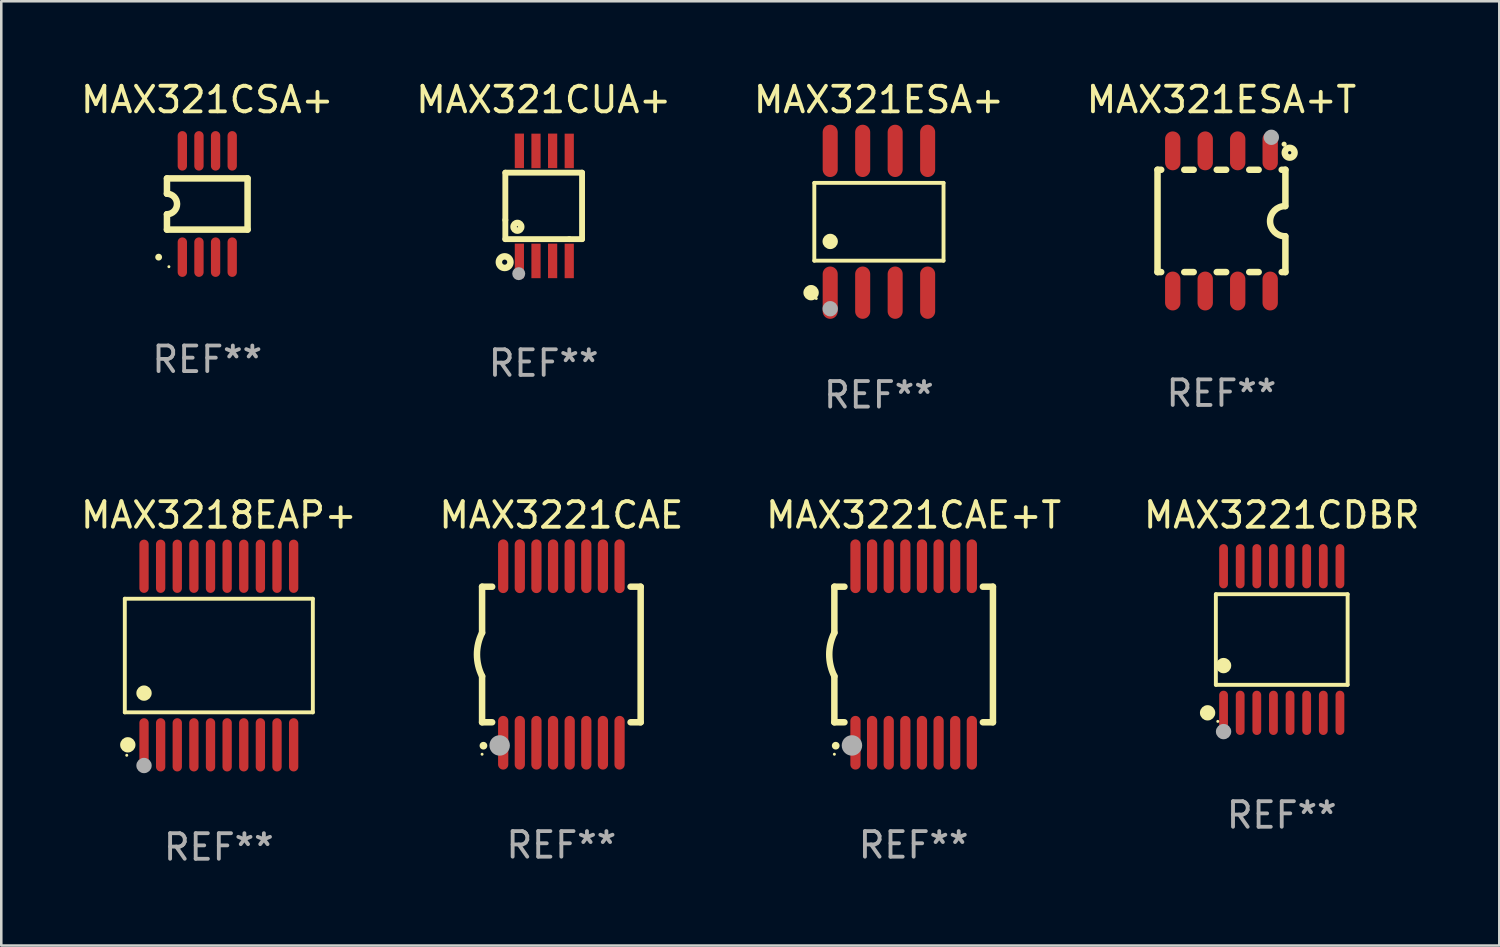
<source format=kicad_pcb>
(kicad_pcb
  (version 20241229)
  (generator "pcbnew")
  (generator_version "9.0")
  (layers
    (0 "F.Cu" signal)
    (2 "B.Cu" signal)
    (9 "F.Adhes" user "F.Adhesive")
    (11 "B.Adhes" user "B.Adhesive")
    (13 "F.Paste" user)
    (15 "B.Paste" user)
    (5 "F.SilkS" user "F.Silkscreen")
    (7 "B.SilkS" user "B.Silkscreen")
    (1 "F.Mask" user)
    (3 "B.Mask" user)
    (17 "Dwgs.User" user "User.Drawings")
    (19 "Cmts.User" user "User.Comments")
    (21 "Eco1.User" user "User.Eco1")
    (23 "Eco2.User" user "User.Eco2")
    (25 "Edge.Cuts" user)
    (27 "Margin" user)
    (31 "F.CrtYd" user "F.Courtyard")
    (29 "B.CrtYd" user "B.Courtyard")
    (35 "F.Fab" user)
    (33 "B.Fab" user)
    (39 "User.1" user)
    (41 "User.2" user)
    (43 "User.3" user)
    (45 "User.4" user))
  (footprint "MAX321ESA+T"
    (layer "F.Cu")
    (at 44.708 5.588)
    (property "Reference" "MAX321ESA+T" (at 0 -4.74 0) (layer "F.SilkS") (effects (font (size 1 1) (thickness 0.15))))
    (attr through_hole)
    (fp_line (start -2.5 2) (end -2.5 -2) (stroke (width 0.254) (type solid)) (layer "F.SilkS"))
    (fp_line (start -2.356 -2) (end -2.5 -2) (stroke (width 0.254) (type solid)) (layer "F.SilkS"))
    (fp_line (start -2.356 2) (end -2.5 2) (stroke (width 0.254) (type solid)) (layer "F.SilkS"))
    (fp_line (start -1.086 -2) (end -1.454 -2) (stroke (width 0.254) (type solid)) (layer "F.SilkS"))
    (fp_line (start -1.086 2) (end -1.454 2) (stroke (width 0.254) (type solid)) (layer "F.SilkS"))
    (fp_line (start 0.184 -2) (end -0.184 -2) (stroke (width 0.254) (type solid)) (layer "F.SilkS"))
    (fp_line (start 0.184 2) (end -0.184 2) (stroke (width 0.254) (type solid)) (layer "F.SilkS"))
    (fp_line (start 1.454 -2) (end 1.086 -2) (stroke (width 0.254) (type solid)) (layer "F.SilkS"))
    (fp_line (start 1.454 2) (end 1.086 2) (stroke (width 0.254) (type solid)) (layer "F.SilkS"))
    (fp_line (start 2.5 -2) (end 2.356 -2) (stroke (width 0.254) (type solid)) (layer "F.SilkS"))
    (fp_line (start 2.5 -0.58) (end 2.5 -2) (stroke (width 0.254) (type solid)) (layer "F.SilkS"))
    (fp_line (start 2.5 2) (end 2.356 2) (stroke (width 0.254) (type solid)) (layer "F.SilkS"))
    (fp_line (start 2.5 2) (end 2.5 0.6) (stroke (width 0.254) (type solid)) (layer "F.SilkS"))
    (fp_arc (start 2.489992 0.600051) (mid 1.901674 0.010046) (end 2.489992 -0.579959) (stroke (width 0.254001) (type solid)) (layer "F.SilkS"))
    (fp_circle (center 2.45 -3) (end 2.5 -3) (stroke (width 0.1) (type solid)) (fill no) (layer "F.SilkS"))
    (fp_circle (center 2.667 -2.667) (end 2.858 -2.667) (stroke (width 0.254) (type solid)) (fill no) (layer "F.SilkS"))
    (fp_circle (center 1.95 -3.27) (end 2.1 -3.27) (stroke (width 0.3) (type solid)) (fill no) (layer "F.Fab"))
    (fp_text user "REF**" (at 0 6.74 0) (layer "F.Fab") (effects (font (size 1 1) (thickness 0.15))))
    (pad "1" smd oval (at 1.905 -2.74) (size 0.6 1.52) (layers "F.Cu" "F.Mask" "F.Paste"))
    (pad "2" smd oval (at 0.635 -2.74) (size 0.6 1.52) (layers "F.Cu" "F.Mask" "F.Paste"))
    (pad "3" smd oval (at -0.635 -2.74) (size 0.6 1.52) (layers "F.Cu" "F.Mask" "F.Paste"))
    (pad "4" smd oval (at -1.905 -2.74) (size 0.6 1.52) (layers "F.Cu" "F.Mask" "F.Paste"))
    (pad "5" smd oval (at -1.905 2.74) (size 0.6 1.52) (layers "F.Cu" "F.Mask" "F.Paste"))
    (pad "6" smd oval (at -0.635 2.74) (size 0.6 1.52) (layers "F.Cu" "F.Mask" "F.Paste"))
    (pad "7" smd oval (at 0.635 2.74) (size 0.6 1.52) (layers "F.Cu" "F.Mask" "F.Paste"))
    (pad "8" smd oval (at 1.905 2.74) (size 0.6 1.52) (layers "F.Cu" "F.Mask" "F.Paste")))
  (footprint "MAX3218EAP+"
    (layer "F.Cu")
    (at 5.506 22.581)
    (property "Reference" "MAX3218EAP+" (at 0 -5.491 0) (layer "F.SilkS") (effects (font (size 1 1) (thickness 0.15))))
    (attr through_hole)
    (fp_line (start -3.676 -2.221) (end 3.676 -2.221) (stroke (width 0.152) (type solid)) (layer "F.SilkS"))
    (fp_line (start -3.676 2.221) (end -3.676 -2.221) (stroke (width 0.152) (type solid)) (layer "F.SilkS"))
    (fp_line (start 3.676 -2.221) (end 3.676 2.221) (stroke (width 0.152) (type solid)) (layer "F.SilkS"))
    (fp_line (start 3.676 2.221) (end -3.676 2.221) (stroke (width 0.152) (type solid)) (layer "F.SilkS"))
    (fp_circle (center -3.6 3.9) (end -3.57 3.9) (stroke (width 0.06) (type solid)) (fill no) (layer "F.SilkS"))
    (fp_circle (center -3.559 3.491) (end -3.409 3.491) (stroke (width 0.3) (type solid)) (fill no) (layer "F.SilkS"))
    (fp_circle (center -2.925 1.469) (end -2.775 1.469) (stroke (width 0.3) (type solid)) (fill no) (layer "F.SilkS"))
    (fp_circle (center -2.925 4.3) (end -2.775 4.3) (stroke (width 0.3) (type solid)) (fill no) (layer "F.Fab"))
    (fp_text user "REF**" (at 0 7.491 0) (layer "F.Fab") (effects (font (size 1 1) (thickness 0.15))))
    (pad "1" smd oval (at -2.925 3.491) (size 0.364 2.082) (layers "F.Cu" "F.Mask" "F.Paste"))
    (pad "2" smd oval (at -2.275 3.491) (size 0.364 2.082) (layers "F.Cu" "F.Mask" "F.Paste"))
    (pad "3" smd oval (at -1.625 3.491) (size 0.364 2.082) (layers "F.Cu" "F.Mask" "F.Paste"))
    (pad "4" smd oval (at -0.975 3.491) (size 0.364 2.082) (layers "F.Cu" "F.Mask" "F.Paste"))
    (pad "5" smd oval (at -0.325 3.491) (size 0.364 2.082) (layers "F.Cu" "F.Mask" "F.Paste"))
    (pad "6" smd oval (at 0.325 3.491) (size 0.364 2.082) (layers "F.Cu" "F.Mask" "F.Paste"))
    (pad "7" smd oval (at 0.975 3.491) (size 0.364 2.082) (layers "F.Cu" "F.Mask" "F.Paste"))
    (pad "8" smd oval (at 1.625 3.491) (size 0.364 2.082) (layers "F.Cu" "F.Mask" "F.Paste"))
    (pad "9" smd oval (at 2.275 3.491) (size 0.364 2.082) (layers "F.Cu" "F.Mask" "F.Paste"))
    (pad "10" smd oval (at 2.925 3.491) (size 0.364 2.082) (layers "F.Cu" "F.Mask" "F.Paste"))
    (pad "11" smd oval (at 2.925 -3.491) (size 0.364 2.082) (layers "F.Cu" "F.Mask" "F.Paste"))
    (pad "12" smd oval (at 2.275 -3.491) (size 0.364 2.082) (layers "F.Cu" "F.Mask" "F.Paste"))
    (pad "13" smd oval (at 1.625 -3.491) (size 0.364 2.082) (layers "F.Cu" "F.Mask" "F.Paste"))
    (pad "14" smd oval (at 0.975 -3.491) (size 0.364 2.082) (layers "F.Cu" "F.Mask" "F.Paste"))
    (pad "15" smd oval (at 0.325 -3.491) (size 0.364 2.082) (layers "F.Cu" "F.Mask" "F.Paste"))
    (pad "16" smd oval (at -0.325 -3.491) (size 0.364 2.082) (layers "F.Cu" "F.Mask" "F.Paste"))
    (pad "17" smd oval (at -0.975 -3.491) (size 0.364 2.082) (layers "F.Cu" "F.Mask" "F.Paste"))
    (pad "18" smd oval (at -1.625 -3.491) (size 0.364 2.082) (layers "F.Cu" "F.Mask" "F.Paste"))
    (pad "19" smd oval (at -2.275 -3.491) (size 0.364 2.082) (layers "F.Cu" "F.Mask" "F.Paste"))
    (pad "20" smd oval (at -2.925 -3.491) (size 0.364 2.082) (layers "F.Cu" "F.Mask" "F.Paste")))
  (footprint "MAX321CUA+"
    (layer "F.Cu")
    (at 18.208 5)
    (property "Reference" "MAX321CUA+" (at 0 -4.152 0) (layer "F.SilkS") (effects (font (size 1 1) (thickness 0.15))))
    (attr through_hole)
    (fp_line (start -1.5 1.301) (end 1 1.301) (stroke (width 0.229) (type solid)) (layer "F.SilkS"))
    (fp_line (start -1.5 -1.299) (end -1.5 0.551) (stroke (width 0.229) (type solid)) (layer "F.SilkS"))
    (fp_line (start -1.5 0.551) (end -1.5 1.301) (stroke (width 0.229) (type solid)) (layer "F.SilkS"))
    (fp_line (start 1 1.301) (end 1.5 1.301) (stroke (width 0.229) (type solid)) (layer "F.SilkS"))
    (fp_line (start 1.5 1.301) (end 1.5 -1.299) (stroke (width 0.229) (type solid)) (layer "F.SilkS"))
    (fp_line (start 1.5 -1.299) (end -1.5 -1.299) (stroke (width 0.229) (type solid)) (layer "F.SilkS"))
    (fp_circle (center -1.526 2.2) (end -1.426 2.2) (stroke (width 0.254) (type solid)) (fill no) (layer "F.SilkS"))
    (fp_circle (center -1.476 2.45) (end -1.446 2.45) (stroke (width 0.06) (type solid)) (fill no) (layer "F.SilkS"))
    (fp_circle (center -1.028 0.817) (end -0.878 0.817) (stroke (width 0.254) (type solid)) (fill no) (layer "F.SilkS"))
    (fp_circle (center -0.976 2.65) (end -0.849 2.65) (stroke (width 0.254) (type solid)) (fill no) (layer "F.Fab"))
    (fp_text user "REF**" (at 0 6.152 0) (layer "F.Fab") (effects (font (size 1 1) (thickness 0.15))))
    (pad "1" smd rect (at -0.951 2.15) (size 0.36 1.35) (layers "F.Cu" "F.Mask" "F.Paste"))
    (pad "2" smd rect (at -0.301 2.152) (size 0.36 1.35) (layers "F.Cu" "F.Mask" "F.Paste"))
    (pad "3" smd rect (at 0.349 2.151) (size 0.36 1.35) (layers "F.Cu" "F.Mask" "F.Paste"))
    (pad "4" smd rect (at 0.999 2.152) (size 0.36 1.35) (layers "F.Cu" "F.Mask" "F.Paste"))
    (pad "5" smd rect (at 0.999 -2.149) (size 0.36 1.35) (layers "F.Cu" "F.Mask" "F.Paste"))
    (pad "6" smd rect (at 0.349 -2.152) (size 0.36 1.35) (layers "F.Cu" "F.Mask" "F.Paste"))
    (pad "7" smd rect (at -0.301 -2.149) (size 0.36 1.35) (layers "F.Cu" "F.Mask" "F.Paste"))
    (pad "8" smd rect (at -0.951 -2.152) (size 0.36 1.35) (layers "F.Cu" "F.Mask" "F.Paste")))
  (footprint "MAX3221CAE"
    (layer "F.Cu")
    (at 18.899 22.54)
    (property "Reference" "MAX3221CAE" (at 0 -5.45 0) (layer "F.SilkS") (effects (font (size 1 1) (thickness 0.15))))
    (attr through_hole)
    (fp_line (start -3.1 -2.65) (end -3.1 -0.85) (stroke (width 0.254) (type solid)) (layer "F.SilkS"))
    (fp_line (start -3.1 -2.65) (end -2.706 -2.65) (stroke (width 0.254) (type solid)) (layer "F.SilkS"))
    (fp_line (start -3.1 2.65) (end -3.1 0.85) (stroke (width 0.254) (type solid)) (layer "F.SilkS"))
    (fp_line (start -3.1 2.65) (end -2.706 2.65) (stroke (width 0.254) (type solid)) (layer "F.SilkS"))
    (fp_line (start 2.706 -2.65) (end 3.1 -2.65) (stroke (width 0.254) (type solid)) (layer "F.SilkS"))
    (fp_line (start 2.706 2.65) (end 3.1 2.65) (stroke (width 0.254) (type solid)) (layer "F.SilkS"))
    (fp_line (start 3.1 -2.65) (end 3.1 2.65) (stroke (width 0.254) (type solid)) (layer "F.SilkS"))
    (fp_arc (start -3.098907 0.850902) (mid -3.300057 0.000523) (end -3.1 -0.850114) (stroke (width 0.254001) (type solid)) (layer "F.SilkS"))
    (fp_arc (start -3.048006 3.566066) (mid -3.046736 3.566061) (end -3.045466 3.566066) (stroke (width 0.3) (type solid)) (layer "F.SilkS"))
    (fp_circle (center -3.1 3.9) (end -3.07 3.9) (stroke (width 0.06) (type solid)) (fill no) (layer "F.SilkS"))
    (fp_circle (center -2.413 3.556) (end -2.213 3.556) (stroke (width 0.4) (type solid)) (fill no) (layer "F.Fab"))
    (fp_text user "REF**" (at 0 7.45 0) (layer "F.Fab") (effects (font (size 1 1) (thickness 0.15))))
    (pad "1" smd oval (at -2.275 3.45 180) (size 0.4 2.1) (layers "F.Cu" "F.Mask" "F.Paste"))
    (pad "2" smd oval (at -1.625 3.45 180) (size 0.4 2.1) (layers "F.Cu" "F.Mask" "F.Paste"))
    (pad "3" smd oval (at -0.975 3.45 180) (size 0.4 2.1) (layers "F.Cu" "F.Mask" "F.Paste"))
    (pad "4" smd oval (at -0.325 3.45 180) (size 0.4 2.1) (layers "F.Cu" "F.Mask" "F.Paste"))
    (pad "5" smd oval (at 0.325 3.45 180) (size 0.4 2.1) (layers "F.Cu" "F.Mask" "F.Paste"))
    (pad "6" smd oval (at 0.975 3.45 180) (size 0.4 2.1) (layers "F.Cu" "F.Mask" "F.Paste"))
    (pad "7" smd oval (at 1.625 3.45 180) (size 0.4 2.1) (layers "F.Cu" "F.Mask" "F.Paste"))
    (pad "8" smd oval (at 2.275 3.45 180) (size 0.4 2.1) (layers "F.Cu" "F.Mask" "F.Paste"))
    (pad "9" smd oval (at 2.275 -3.45 180) (size 0.4 2.1) (layers "F.Cu" "F.Mask" "F.Paste"))
    (pad "10" smd oval (at 1.625 -3.45 180) (size 0.4 2.1) (layers "F.Cu" "F.Mask" "F.Paste"))
    (pad "11" smd oval (at 0.975 -3.45 180) (size 0.4 2.1) (layers "F.Cu" "F.Mask" "F.Paste"))
    (pad "12" smd oval (at 0.325 -3.45 180) (size 0.4 2.1) (layers "F.Cu" "F.Mask" "F.Paste"))
    (pad "13" smd oval (at -0.325 -3.45 180) (size 0.4 2.1) (layers "F.Cu" "F.Mask" "F.Paste"))
    (pad "14" smd oval (at -0.975 -3.45 180) (size 0.4 2.1) (layers "F.Cu" "F.Mask" "F.Paste"))
    (pad "15" smd oval (at -1.625 -3.45 180) (size 0.4 2.1) (layers "F.Cu" "F.Mask" "F.Paste"))
    (pad "16" smd oval (at -2.275 -3.45 180) (size 0.4 2.1) (layers "F.Cu" "F.Mask" "F.Paste")))
  (footprint "MAX321ESA+"
    (layer "F.Cu")
    (at 31.315 5.621)
    (property "Reference" "MAX321ESA+" (at 0 -4.772 0) (layer "F.SilkS") (effects (font (size 1 1) (thickness 0.15))))
    (attr through_hole)
    (fp_line (start -2.526 -1.521) (end 2.526 -1.521) (stroke (width 0.152) (type solid)) (layer "F.SilkS"))
    (fp_line (start -2.526 1.521) (end -2.526 -1.521) (stroke (width 0.152) (type solid)) (layer "F.SilkS"))
    (fp_line (start 2.526 -1.521) (end 2.526 1.521) (stroke (width 0.152) (type solid)) (layer "F.SilkS"))
    (fp_line (start 2.526 1.521) (end -2.526 1.521) (stroke (width 0.152) (type solid)) (layer "F.SilkS"))
    (fp_circle (center -2.652 2.772) (end -2.501 2.772) (stroke (width 0.3) (type solid)) (fill no) (layer "F.SilkS"))
    (fp_circle (center -2.45 3) (end -2.42 3) (stroke (width 0.06) (type solid)) (fill no) (layer "F.SilkS"))
    (fp_circle (center -1.905 0.769) (end -1.755 0.769) (stroke (width 0.3) (type solid)) (fill no) (layer "F.SilkS"))
    (fp_circle (center -1.905 3.4) (end -1.755 3.4) (stroke (width 0.3) (type solid)) (fill no) (layer "F.Fab"))
    (fp_text user "REF**" (at 0 6.772 0) (layer "F.Fab") (effects (font (size 1 1) (thickness 0.15))))
    (pad "1" smd oval (at -1.905 2.772) (size 0.588 2.045) (layers "F.Cu" "F.Mask" "F.Paste"))
    (pad "2" smd oval (at -0.635 2.772) (size 0.588 2.045) (layers "F.Cu" "F.Mask" "F.Paste"))
    (pad "3" smd oval (at 0.635 2.772) (size 0.588 2.045) (layers "F.Cu" "F.Mask" "F.Paste"))
    (pad "4" smd oval (at 1.905 2.772) (size 0.588 2.045) (layers "F.Cu" "F.Mask" "F.Paste"))
    (pad "5" smd oval (at 1.905 -2.772) (size 0.588 2.045) (layers "F.Cu" "F.Mask" "F.Paste"))
    (pad "6" smd oval (at 0.635 -2.772) (size 0.588 2.045) (layers "F.Cu" "F.Mask" "F.Paste"))
    (pad "7" smd oval (at -0.635 -2.772) (size 0.588 2.045) (layers "F.Cu" "F.Mask" "F.Paste"))
    (pad "8" smd oval (at -1.905 -2.772) (size 0.588 2.045) (layers "F.Cu" "F.Mask" "F.Paste")))
  (footprint "MAX3221CAE+T"
    (layer "F.Cu")
    (at 32.673 22.54)
    (property "Reference" "MAX3221CAE+T" (at 0 -5.45 0) (layer "F.SilkS") (effects (font (size 1 1) (thickness 0.15))))
    (attr through_hole)
    (fp_line (start -3.1 -2.65) (end -3.1 -0.85) (stroke (width 0.254) (type solid)) (layer "F.SilkS"))
    (fp_line (start -3.1 -2.65) (end -2.706 -2.65) (stroke (width 0.254) (type solid)) (layer "F.SilkS"))
    (fp_line (start -3.1 2.65) (end -3.1 0.85) (stroke (width 0.254) (type solid)) (layer "F.SilkS"))
    (fp_line (start -3.1 2.65) (end -2.706 2.65) (stroke (width 0.254) (type solid)) (layer "F.SilkS"))
    (fp_line (start 2.706 -2.65) (end 3.1 -2.65) (stroke (width 0.254) (type solid)) (layer "F.SilkS"))
    (fp_line (start 2.706 2.65) (end 3.1 2.65) (stroke (width 0.254) (type solid)) (layer "F.SilkS"))
    (fp_line (start 3.1 -2.65) (end 3.1 2.65) (stroke (width 0.254) (type solid)) (layer "F.SilkS"))
    (fp_arc (start -3.098907 0.850902) (mid -3.300057 0.000523) (end -3.1 -0.850114) (stroke (width 0.254001) (type solid)) (layer "F.SilkS"))
    (fp_arc (start -3.048006 3.566066) (mid -3.046736 3.566061) (end -3.045466 3.566066) (stroke (width 0.3) (type solid)) (layer "F.SilkS"))
    (fp_circle (center -3.1 3.9) (end -3.07 3.9) (stroke (width 0.06) (type solid)) (fill no) (layer "F.SilkS"))
    (fp_circle (center -2.413 3.556) (end -2.213 3.556) (stroke (width 0.4) (type solid)) (fill no) (layer "F.Fab"))
    (fp_text user "REF**" (at 0 7.45 0) (layer "F.Fab") (effects (font (size 1 1) (thickness 0.15))))
    (pad "1" smd oval (at -2.275 3.45 180) (size 0.4 2.1) (layers "F.Cu" "F.Mask" "F.Paste"))
    (pad "2" smd oval (at -1.625 3.45 180) (size 0.4 2.1) (layers "F.Cu" "F.Mask" "F.Paste"))
    (pad "3" smd oval (at -0.975 3.45 180) (size 0.4 2.1) (layers "F.Cu" "F.Mask" "F.Paste"))
    (pad "4" smd oval (at -0.325 3.45 180) (size 0.4 2.1) (layers "F.Cu" "F.Mask" "F.Paste"))
    (pad "5" smd oval (at 0.325 3.45 180) (size 0.4 2.1) (layers "F.Cu" "F.Mask" "F.Paste"))
    (pad "6" smd oval (at 0.975 3.45 180) (size 0.4 2.1) (layers "F.Cu" "F.Mask" "F.Paste"))
    (pad "7" smd oval (at 1.625 3.45 180) (size 0.4 2.1) (layers "F.Cu" "F.Mask" "F.Paste"))
    (pad "8" smd oval (at 2.275 3.45 180) (size 0.4 2.1) (layers "F.Cu" "F.Mask" "F.Paste"))
    (pad "9" smd oval (at 2.275 -3.45 180) (size 0.4 2.1) (layers "F.Cu" "F.Mask" "F.Paste"))
    (pad "10" smd oval (at 1.625 -3.45 180) (size 0.4 2.1) (layers "F.Cu" "F.Mask" "F.Paste"))
    (pad "11" smd oval (at 0.975 -3.45 180) (size 0.4 2.1) (layers "F.Cu" "F.Mask" "F.Paste"))
    (pad "12" smd oval (at 0.325 -3.45 180) (size 0.4 2.1) (layers "F.Cu" "F.Mask" "F.Paste"))
    (pad "13" smd oval (at -0.325 -3.45 180) (size 0.4 2.1) (layers "F.Cu" "F.Mask" "F.Paste"))
    (pad "14" smd oval (at -0.975 -3.45 180) (size 0.4 2.1) (layers "F.Cu" "F.Mask" "F.Paste"))
    (pad "15" smd oval (at -1.625 -3.45 180) (size 0.4 2.1) (layers "F.Cu" "F.Mask" "F.Paste"))
    (pad "16" smd oval (at -2.275 -3.45 180) (size 0.4 2.1) (layers "F.Cu" "F.Mask" "F.Paste")))
  (footprint "MAX3221CDBR"
    (layer "F.Cu")
    (at 47.065 21.955)
    (property "Reference" "MAX3221CDBR" (at 0 -4.866 0) (layer "F.SilkS") (effects (font (size 1 1) (thickness 0.15))))
    (attr through_hole)
    (fp_line (start -2.576 -1.772) (end 2.576 -1.772) (stroke (width 0.152) (type solid)) (layer "F.SilkS"))
    (fp_line (start -2.576 1.771) (end -2.576 -1.772) (stroke (width 0.152) (type solid)) (layer "F.SilkS"))
    (fp_line (start 2.576 -1.772) (end 2.576 1.771) (stroke (width 0.152) (type solid)) (layer "F.SilkS"))
    (fp_line (start 2.576 1.771) (end -2.576 1.771) (stroke (width 0.152) (type solid)) (layer "F.SilkS"))
    (fp_circle (center -2.899 2.866) (end -2.749 2.866) (stroke (width 0.3) (type solid)) (fill no) (layer "F.SilkS"))
    (fp_circle (center -2.5 3.2) (end -2.47 3.2) (stroke (width 0.06) (type solid)) (fill no) (layer "F.SilkS"))
    (fp_circle (center -2.275 1.019) (end -2.125 1.019) (stroke (width 0.3) (type solid)) (fill no) (layer "F.SilkS"))
    (fp_circle (center -2.275 3.6) (end -2.125 3.6) (stroke (width 0.3) (type solid)) (fill no) (layer "F.Fab"))
    (fp_text user "REF**" (at 0 6.866 0) (layer "F.Fab") (effects (font (size 1 1) (thickness 0.15))))
    (pad "1" smd oval (at -2.275 2.866) (size 0.343 1.731) (layers "F.Cu" "F.Mask" "F.Paste"))
    (pad "2" smd oval (at -1.625 2.866) (size 0.343 1.731) (layers "F.Cu" "F.Mask" "F.Paste"))
    (pad "3" smd oval (at -0.975 2.866) (size 0.343 1.731) (layers "F.Cu" "F.Mask" "F.Paste"))
    (pad "4" smd oval (at -0.325 2.866) (size 0.343 1.731) (layers "F.Cu" "F.Mask" "F.Paste"))
    (pad "5" smd oval (at 0.325 2.866) (size 0.343 1.731) (layers "F.Cu" "F.Mask" "F.Paste"))
    (pad "6" smd oval (at 0.975 2.866) (size 0.343 1.731) (layers "F.Cu" "F.Mask" "F.Paste"))
    (pad "7" smd oval (at 1.625 2.866) (size 0.343 1.731) (layers "F.Cu" "F.Mask" "F.Paste"))
    (pad "8" smd oval (at 2.275 2.866) (size 0.343 1.731) (layers "F.Cu" "F.Mask" "F.Paste"))
    (pad "9" smd oval (at 2.275 -2.866) (size 0.343 1.731) (layers "F.Cu" "F.Mask" "F.Paste"))
    (pad "10" smd oval (at 1.625 -2.866) (size 0.343 1.731) (layers "F.Cu" "F.Mask" "F.Paste"))
    (pad "11" smd oval (at 0.975 -2.866) (size 0.343 1.731) (layers "F.Cu" "F.Mask" "F.Paste"))
    (pad "12" smd oval (at 0.325 -2.866) (size 0.343 1.731) (layers "F.Cu" "F.Mask" "F.Paste"))
    (pad "13" smd oval (at -0.325 -2.866) (size 0.343 1.731) (layers "F.Cu" "F.Mask" "F.Paste"))
    (pad "14" smd oval (at -0.975 -2.866) (size 0.343 1.731) (layers "F.Cu" "F.Mask" "F.Paste"))
    (pad "15" smd oval (at -1.625 -2.866) (size 0.343 1.731) (layers "F.Cu" "F.Mask" "F.Paste"))
    (pad "16" smd oval (at -2.275 -2.866) (size 0.343 1.731) (layers "F.Cu" "F.Mask" "F.Paste")))
  (footprint "MAX321CSA+"
    (layer "F.Cu")
    (at 5.054 4.926)
    (property "Reference" "MAX321CSA+" (at 0 -4.078 0) (layer "F.SilkS") (effects (font (size 1 1) (thickness 0.15))))
    (attr through_hole)
    (fp_line (start -1.576 -1.001) (end -1.576 -0.401) (stroke (width 0.254) (type solid)) (layer "F.SilkS"))
    (fp_line (start -1.576 -1.001) (end 1.576 -1.001) (stroke (width 0.254) (type solid)) (layer "F.SilkS"))
    (fp_line (start -1.576 1.001) (end -1.576 0.401) (stroke (width 0.254) (type solid)) (layer "F.SilkS"))
    (fp_line (start 1.576 -1.001) (end 1.576 1.001) (stroke (width 0.254) (type solid)) (layer "F.SilkS"))
    (fp_line (start 1.576 1.001) (end -1.576 1.001) (stroke (width 0.254) (type solid)) (layer "F.SilkS"))
    (fp_arc (start -1.577343 -0.401322) (mid -1.175945 -0.000508) (end -1.5762 0.401448) (stroke (width 0.254001) (type solid)) (layer "F.SilkS"))
    (fp_circle (center -1.901 2.078) (end -1.834 2.078) (stroke (width 0.134) (type solid)) (fill no) (layer "F.SilkS"))
    (fp_circle (center -1.5 2.452) (end -1.47 2.452) (stroke (width 0.06) (type solid)) (fill no) (layer "F.SilkS"))
    (fp_text user "REF**" (at 0 6.078 0) (layer "F.Fab") (effects (font (size 1 1) (thickness 0.15))))
    (pad "1" smd oval (at -0.975 2.078) (size 0.364 1.544) (layers "F.Cu" "F.Mask" "F.Paste"))
    (pad "2" smd oval (at -0.325 2.078) (size 0.364 1.544) (layers "F.Cu" "F.Mask" "F.Paste"))
    (pad "3" smd oval (at 0.325 2.078) (size 0.364 1.544) (layers "F.Cu" "F.Mask" "F.Paste"))
    (pad "4" smd oval (at 0.975 2.078) (size 0.364 1.544) (layers "F.Cu" "F.Mask" "F.Paste"))
    (pad "5" smd oval (at 0.975 -2.078) (size 0.364 1.544) (layers "F.Cu" "F.Mask" "F.Paste"))
    (pad "6" smd oval (at 0.325 -2.078) (size 0.364 1.544) (layers "F.Cu" "F.Mask" "F.Paste"))
    (pad "7" smd oval (at -0.325 -2.078) (size 0.364 1.544) (layers "F.Cu" "F.Mask" "F.Paste"))
    (pad "8" smd oval (at -0.975 -2.078) (size 0.364 1.544) (layers "F.Cu" "F.Mask" "F.Paste")))
  (gr_rect
    (start -3 -3)
    (end 55.571 33.92)
    (stroke (width 0.1) (type default))
    (fill no)
    (layer "Edge.Cuts")))
</source>
